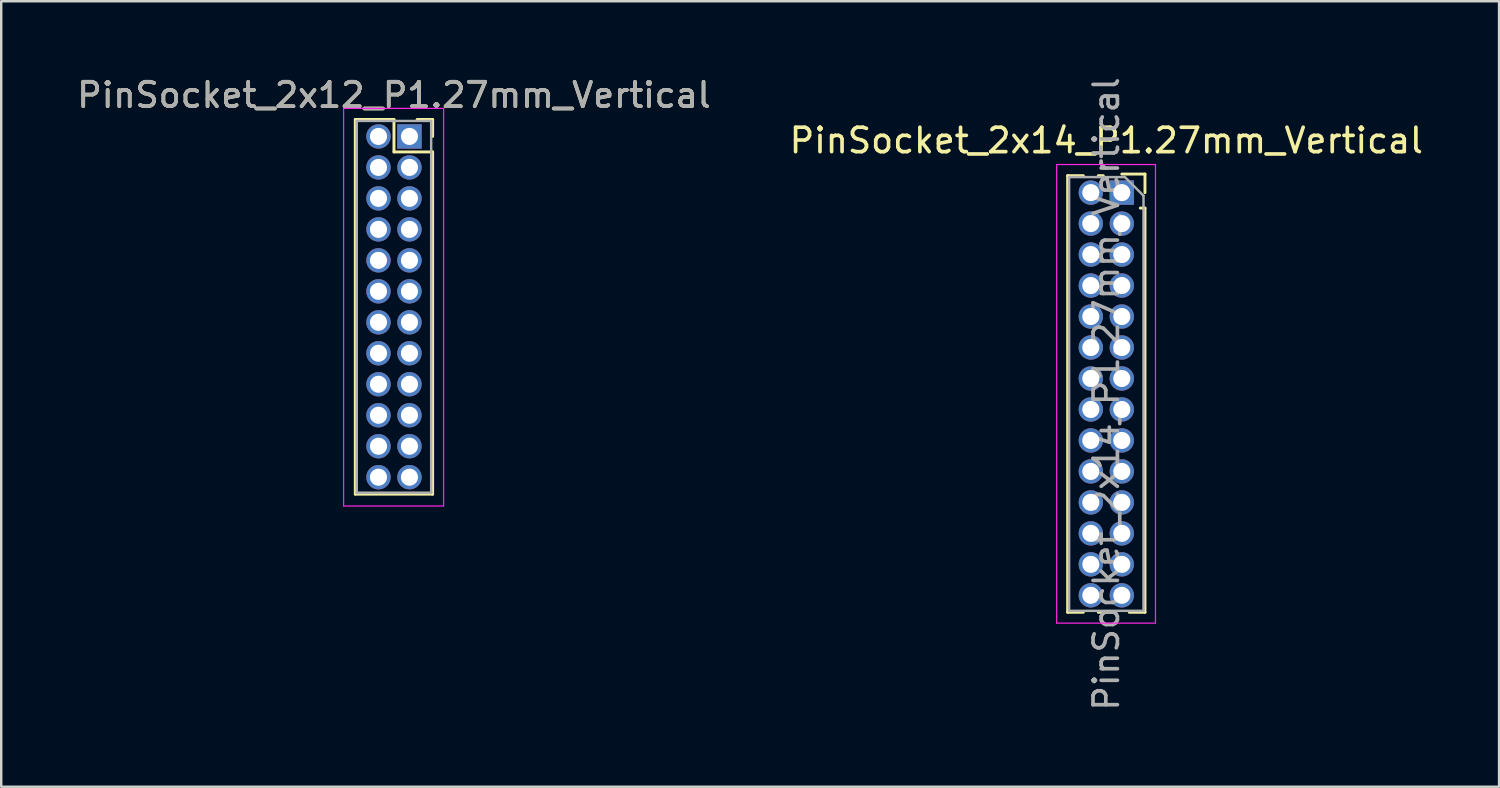
<source format=kicad_pcb>
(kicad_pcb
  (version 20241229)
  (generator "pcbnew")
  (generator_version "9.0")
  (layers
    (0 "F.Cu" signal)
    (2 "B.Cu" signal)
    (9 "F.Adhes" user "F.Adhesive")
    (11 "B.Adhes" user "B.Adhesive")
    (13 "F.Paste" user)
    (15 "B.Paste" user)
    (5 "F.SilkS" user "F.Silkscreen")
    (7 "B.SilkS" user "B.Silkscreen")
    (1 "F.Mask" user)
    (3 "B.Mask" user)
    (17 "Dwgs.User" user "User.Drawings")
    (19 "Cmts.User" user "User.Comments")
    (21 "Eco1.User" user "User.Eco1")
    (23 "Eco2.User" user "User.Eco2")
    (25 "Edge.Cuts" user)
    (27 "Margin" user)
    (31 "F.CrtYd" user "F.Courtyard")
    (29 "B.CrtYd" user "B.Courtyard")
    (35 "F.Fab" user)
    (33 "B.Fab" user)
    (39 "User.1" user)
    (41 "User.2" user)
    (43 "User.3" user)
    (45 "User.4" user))
  (footprint "PinSocket_2x12_P1.27mm_Vertical"
    (layer "F.Cu")
    (at 13.736 2.543)
    (property "Reference" "PinSocket_2x12_P1.27mm_Vertical" (at -0.635 -1.695 0) (layer "F.SilkS") (effects (font (size 1 1) (thickness 0.15))))
    (attr through_hole)
    (fp_line (start -2.22 -0.695) (end -0.635 -0.695) (stroke (width 0.12) (type solid)) (layer "F.SilkS"))
    (fp_line (start -2.22 14.665) (end -2.22 -0.695) (stroke (width 0.12) (type solid)) (layer "F.SilkS"))
    (fp_line (start -0.635 -0.695) (end -0.635 0.635) (stroke (width 0.12) (type solid)) (layer "F.SilkS"))
    (fp_line (start -0.635 0.635) (end 0.95 0.635) (stroke (width 0.12) (type solid)) (layer "F.SilkS"))
    (fp_line (start 0.95 -0.695) (end 0.315 -0.695) (stroke (width 0.12) (type solid)) (layer "F.SilkS"))
    (fp_line (start 0.95 0) (end 0.95 -0.695) (stroke (width 0.12) (type solid)) (layer "F.SilkS"))
    (fp_line (start 0.95 0.635) (end 0.95 14.665) (stroke (width 0.12) (type solid)) (layer "F.SilkS"))
    (fp_line (start 0.95 14.665) (end -2.22 14.665) (stroke (width 0.12) (type solid)) (layer "F.SilkS"))
    (fp_line (start -2.7 -1.15) (end -2.7 15.15) (stroke (width 0.05) (type solid)) (layer "F.CrtYd"))
    (fp_line (start -2.7 15.15) (end 1.4 15.15) (stroke (width 0.05) (type solid)) (layer "F.CrtYd"))
    (fp_line (start 1.4 -1.15) (end -2.7 -1.15) (stroke (width 0.05) (type solid)) (layer "F.CrtYd"))
    (fp_line (start 1.4 15.15) (end 1.4 -1.15) (stroke (width 0.05) (type solid)) (layer "F.CrtYd"))
    (fp_line (start -2.16 -0.635) (end -2.16 14.605) (stroke (width 0.1) (type solid)) (layer "F.Fab"))
    (fp_line (start -2.16 14.605) (end 0.89 14.605) (stroke (width 0.1) (type solid)) (layer "F.Fab"))
    (fp_line (start 0.89 -0.635) (end -2.16 -0.635) (stroke (width 0.1) (type solid)) (layer "F.Fab"))
    (fp_line (start 0.89 14.605) (end 0.89 -0.635) (stroke (width 0.1) (type solid)) (layer "F.Fab"))
    (fp_text user "${REFERENCE}" (at -0.635 -1.695 0) (layer "F.Fab") (effects (font (size 1 1) (thickness 0.15))))
    (pad "1" thru_hole rect (at 0 0) (size 1 1) (drill 0.7) (layers "*.Cu" "*.Mask"))
    (pad "2" thru_hole oval (at -1.27 0) (size 1 1) (drill 0.7) (layers "*.Cu" "*.Mask"))
    (pad "3" thru_hole oval (at 0 1.27) (size 1 1) (drill 0.7) (layers "*.Cu" "*.Mask"))
    (pad "4" thru_hole oval (at -1.27 1.27) (size 1 1) (drill 0.7) (layers "*.Cu" "*.Mask"))
    (pad "5" thru_hole oval (at 0 2.54) (size 1 1) (drill 0.7) (layers "*.Cu" "*.Mask"))
    (pad "6" thru_hole oval (at -1.27 2.54) (size 1 1) (drill 0.7) (layers "*.Cu" "*.Mask"))
    (pad "7" thru_hole oval (at 0 3.81) (size 1 1) (drill 0.7) (layers "*.Cu" "*.Mask"))
    (pad "8" thru_hole oval (at -1.27 3.81) (size 1 1) (drill 0.7) (layers "*.Cu" "*.Mask"))
    (pad "9" thru_hole oval (at 0 5.08) (size 1 1) (drill 0.7) (layers "*.Cu" "*.Mask"))
    (pad "10" thru_hole oval (at -1.27 5.08) (size 1 1) (drill 0.7) (layers "*.Cu" "*.Mask"))
    (pad "11" thru_hole oval (at 0 6.35) (size 1 1) (drill 0.7) (layers "*.Cu" "*.Mask"))
    (pad "12" thru_hole oval (at -1.27 6.35) (size 1 1) (drill 0.7) (layers "*.Cu" "*.Mask"))
    (pad "13" thru_hole oval (at 0 7.62) (size 1 1) (drill 0.7) (layers "*.Cu" "*.Mask"))
    (pad "14" thru_hole oval (at -1.27 7.62) (size 1 1) (drill 0.7) (layers "*.Cu" "*.Mask"))
    (pad "15" thru_hole oval (at 0 8.89) (size 1 1) (drill 0.7) (layers "*.Cu" "*.Mask"))
    (pad "16" thru_hole oval (at -1.27 8.89) (size 1 1) (drill 0.7) (layers "*.Cu" "*.Mask"))
    (pad "17" thru_hole oval (at 0 10.16) (size 1 1) (drill 0.7) (layers "*.Cu" "*.Mask"))
    (pad "18" thru_hole oval (at -1.27 10.16) (size 1 1) (drill 0.7) (layers "*.Cu" "*.Mask"))
    (pad "19" thru_hole oval (at 0 11.43) (size 1 1) (drill 0.7) (layers "*.Cu" "*.Mask"))
    (pad "20" thru_hole oval (at -1.27 11.43) (size 1 1) (drill 0.7) (layers "*.Cu" "*.Mask"))
    (pad "21" thru_hole oval (at 0 12.7) (size 1 1) (drill 0.7) (layers "*.Cu" "*.Mask"))
    (pad "22" thru_hole oval (at -1.27 12.7) (size 1 1) (drill 0.7) (layers "*.Cu" "*.Mask"))
    (pad "23" thru_hole oval (at 0 13.97) (size 1 1) (drill 0.7) (layers "*.Cu" "*.Mask"))
    (pad "24" thru_hole oval (at -1.27 13.97) (size 1 1) (drill 0.7) (layers "*.Cu" "*.Mask")))
  (footprint "PinSocket_2x14_P1.27mm_Vertical"
    (layer "F.Cu")
    (at 42.939 4.846)
    (property "Reference" "PinSocket_2x14_P1.27mm_Vertical" (at -0.635 -2.135 0) (layer "F.SilkS") (effects (font (size 1 1) (thickness 0.15))))
    (attr through_hole)
    (fp_line (start -2.22 -0.695) (end -2.22 17.205) (stroke (width 0.12) (type solid)) (layer "F.SilkS"))
    (fp_line (start -2.22 -0.695) (end -1.578 -0.695) (stroke (width 0.12) (type solid)) (layer "F.SilkS"))
    (fp_line (start -2.22 17.205) (end -1.578 17.205) (stroke (width 0.12) (type solid)) (layer "F.SilkS"))
    (fp_line (start -0.962 -0.695) (end -0.76 -0.695) (stroke (width 0.12) (type solid)) (layer "F.SilkS"))
    (fp_line (start -0.962 17.205) (end -0.308 17.205) (stroke (width 0.12) (type solid)) (layer "F.SilkS"))
    (fp_line (start 0 -0.76) (end 0.95 -0.76) (stroke (width 0.12) (type solid)) (layer "F.SilkS"))
    (fp_line (start 0.308 17.205) (end 0.95 17.205) (stroke (width 0.12) (type solid)) (layer "F.SilkS"))
    (fp_line (start 0.76 0.635) (end 0.95 0.635) (stroke (width 0.12) (type solid)) (layer "F.SilkS"))
    (fp_line (start 0.95 -0.76) (end 0.95 0) (stroke (width 0.12) (type solid)) (layer "F.SilkS"))
    (fp_line (start 0.95 0.635) (end 0.95 17.205) (stroke (width 0.12) (type solid)) (layer "F.SilkS"))
    (fp_line (start -2.67 -1.15) (end 1.38 -1.15) (stroke (width 0.05) (type solid)) (layer "F.CrtYd"))
    (fp_line (start -2.67 17.65) (end -2.67 -1.15) (stroke (width 0.05) (type solid)) (layer "F.CrtYd"))
    (fp_line (start 1.38 -1.15) (end 1.38 17.65) (stroke (width 0.05) (type solid)) (layer "F.CrtYd"))
    (fp_line (start 1.38 17.65) (end -2.67 17.65) (stroke (width 0.05) (type solid)) (layer "F.CrtYd"))
    (fp_line (start -2.16 -0.635) (end 0.128 -0.635) (stroke (width 0.1) (type solid)) (layer "F.Fab"))
    (fp_line (start -2.16 17.145) (end -2.16 -0.635) (stroke (width 0.1) (type solid)) (layer "F.Fab"))
    (fp_line (start 0.128 -0.635) (end 0.89 0.128) (stroke (width 0.1) (type solid)) (layer "F.Fab"))
    (fp_line (start 0.89 0.128) (end 0.89 17.145) (stroke (width 0.1) (type solid)) (layer "F.Fab"))
    (fp_line (start 0.89 17.145) (end -2.16 17.145) (stroke (width 0.1) (type solid)) (layer "F.Fab"))
    (fp_text user "${REFERENCE}" (at -0.635 8.255 90) (layer "F.Fab") (effects (font (size 1 1) (thickness 0.15))))
    (pad "1" thru_hole rect (at 0 0) (size 1 1) (drill 0.7) (layers "*.Cu" "*.Mask"))
    (pad "2" thru_hole oval (at -1.27 0) (size 1 1) (drill 0.7) (layers "*.Cu" "*.Mask"))
    (pad "3" thru_hole oval (at 0 1.27) (size 1 1) (drill 0.7) (layers "*.Cu" "*.Mask"))
    (pad "4" thru_hole oval (at -1.27 1.27) (size 1 1) (drill 0.7) (layers "*.Cu" "*.Mask"))
    (pad "5" thru_hole oval (at 0 2.54) (size 1 1) (drill 0.7) (layers "*.Cu" "*.Mask"))
    (pad "6" thru_hole oval (at -1.27 2.54) (size 1 1) (drill 0.7) (layers "*.Cu" "*.Mask"))
    (pad "7" thru_hole oval (at 0 3.81) (size 1 1) (drill 0.7) (layers "*.Cu" "*.Mask"))
    (pad "8" thru_hole oval (at -1.27 3.81) (size 1 1) (drill 0.7) (layers "*.Cu" "*.Mask"))
    (pad "9" thru_hole oval (at 0 5.08) (size 1 1) (drill 0.7) (layers "*.Cu" "*.Mask"))
    (pad "10" thru_hole oval (at -1.27 5.08) (size 1 1) (drill 0.7) (layers "*.Cu" "*.Mask"))
    (pad "11" thru_hole oval (at 0 6.35) (size 1 1) (drill 0.7) (layers "*.Cu" "*.Mask"))
    (pad "12" thru_hole oval (at -1.27 6.35) (size 1 1) (drill 0.7) (layers "*.Cu" "*.Mask"))
    (pad "13" thru_hole oval (at 0 7.62) (size 1 1) (drill 0.7) (layers "*.Cu" "*.Mask"))
    (pad "14" thru_hole oval (at -1.27 7.62) (size 1 1) (drill 0.7) (layers "*.Cu" "*.Mask"))
    (pad "15" thru_hole oval (at 0 8.89) (size 1 1) (drill 0.7) (layers "*.Cu" "*.Mask"))
    (pad "16" thru_hole oval (at -1.27 8.89) (size 1 1) (drill 0.7) (layers "*.Cu" "*.Mask"))
    (pad "17" thru_hole oval (at 0 10.16) (size 1 1) (drill 0.7) (layers "*.Cu" "*.Mask"))
    (pad "18" thru_hole oval (at -1.27 10.16) (size 1 1) (drill 0.7) (layers "*.Cu" "*.Mask"))
    (pad "19" thru_hole oval (at 0 11.43) (size 1 1) (drill 0.7) (layers "*.Cu" "*.Mask"))
    (pad "20" thru_hole oval (at -1.27 11.43) (size 1 1) (drill 0.7) (layers "*.Cu" "*.Mask"))
    (pad "21" thru_hole oval (at 0 12.7) (size 1 1) (drill 0.7) (layers "*.Cu" "*.Mask"))
    (pad "22" thru_hole oval (at -1.27 12.7) (size 1 1) (drill 0.7) (layers "*.Cu" "*.Mask"))
    (pad "23" thru_hole oval (at 0 13.97) (size 1 1) (drill 0.7) (layers "*.Cu" "*.Mask"))
    (pad "24" thru_hole oval (at -1.27 13.97) (size 1 1) (drill 0.7) (layers "*.Cu" "*.Mask"))
    (pad "25" thru_hole oval (at 0 15.24) (size 1 1) (drill 0.7) (layers "*.Cu" "*.Mask"))
    (pad "26" thru_hole oval (at -1.27 15.24) (size 1 1) (drill 0.7) (layers "*.Cu" "*.Mask"))
    (pad "27" thru_hole oval (at 0 16.51) (size 1 1) (drill 0.7) (layers "*.Cu" "*.Mask"))
    (pad "28" thru_hole oval (at -1.27 16.51) (size 1 1) (drill 0.7) (layers "*.Cu" "*.Mask")))
  (gr_rect
    (start -3 -3)
    (end 58.405 29.202)
    (stroke (width 0.1) (type default))
    (fill no)
    (layer "Edge.Cuts")))
</source>
